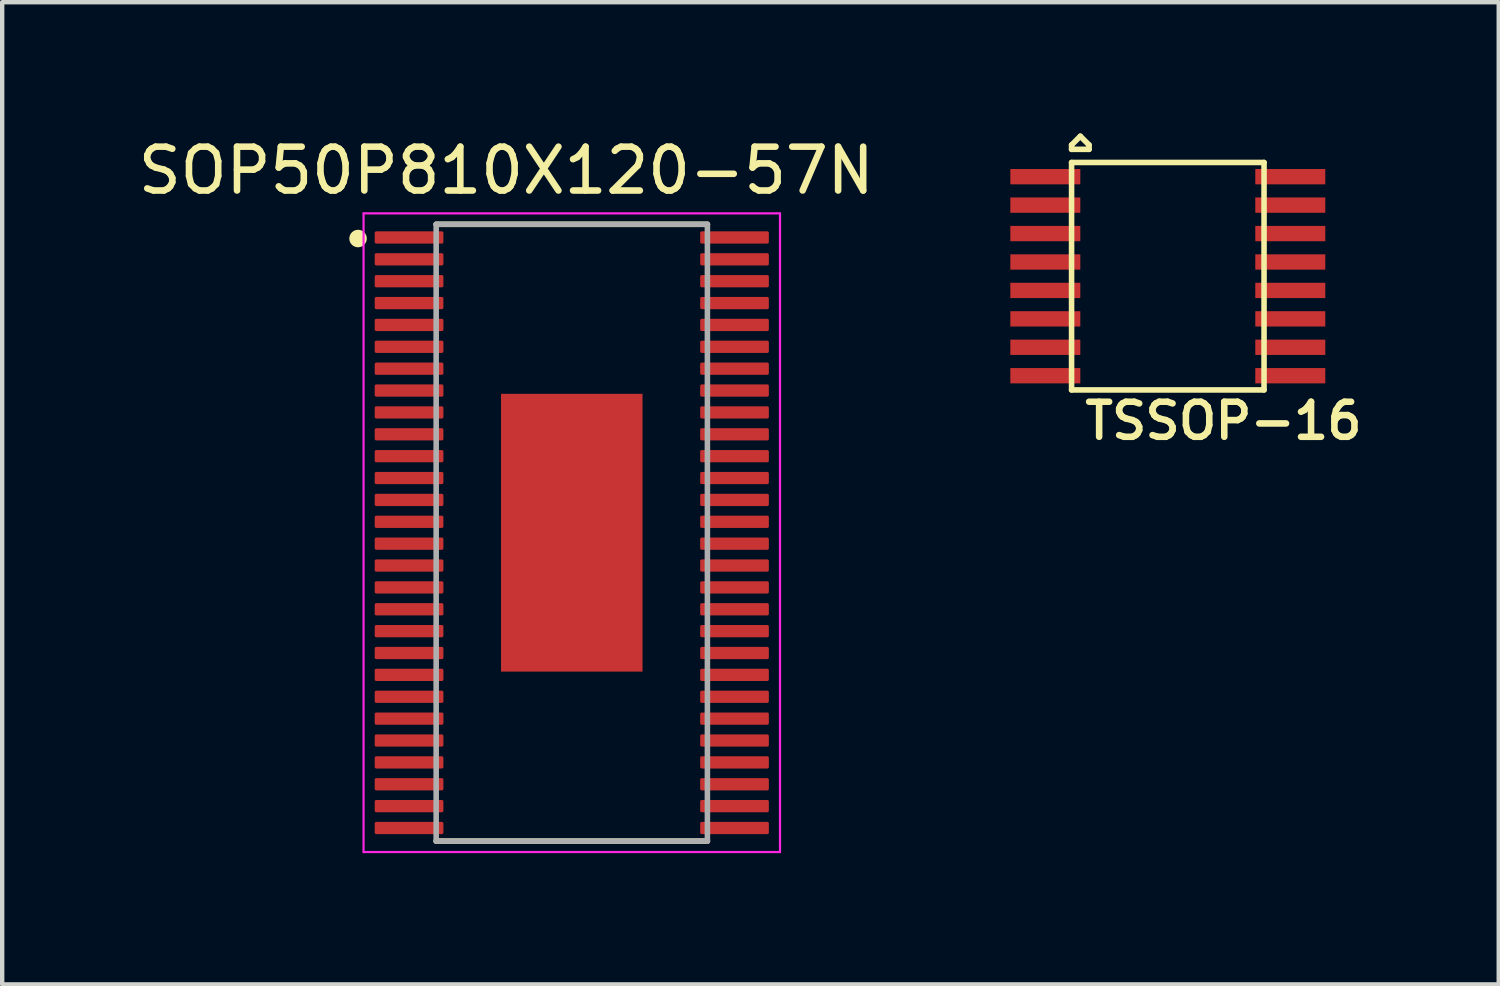
<source format=kicad_pcb>
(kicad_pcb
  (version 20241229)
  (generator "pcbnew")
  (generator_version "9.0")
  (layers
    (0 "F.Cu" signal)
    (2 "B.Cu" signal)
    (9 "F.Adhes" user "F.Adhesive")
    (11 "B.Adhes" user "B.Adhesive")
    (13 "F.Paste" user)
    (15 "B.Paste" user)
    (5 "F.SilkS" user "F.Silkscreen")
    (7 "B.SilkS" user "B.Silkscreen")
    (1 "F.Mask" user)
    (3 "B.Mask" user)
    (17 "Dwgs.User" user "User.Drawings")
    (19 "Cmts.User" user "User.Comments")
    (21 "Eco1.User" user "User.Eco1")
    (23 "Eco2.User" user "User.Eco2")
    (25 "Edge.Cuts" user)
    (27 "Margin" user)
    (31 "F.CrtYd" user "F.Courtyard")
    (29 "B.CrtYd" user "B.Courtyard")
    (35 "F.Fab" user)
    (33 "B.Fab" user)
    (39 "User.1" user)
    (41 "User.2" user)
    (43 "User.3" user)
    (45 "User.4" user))
  (footprint "SOP50P810X120-57N"
    (layer "F.Cu")
    (at 10.021 9.128)
    (property "Reference" "SOP50P810X120-57N" (at -1.498 -8.279 0) (layer "F.SilkS") (effects (font (size 1.002 1.002) (thickness 0.15))))
    (attr smd)
    (fp_line (start -3.1 -7.05) (end 3.1 -7.05) (stroke (width 0.127) (type solid)) (layer "F.SilkS"))
    (fp_line (start -3.1 7.05) (end 3.1 7.05) (stroke (width 0.127) (type solid)) (layer "F.SilkS"))
    (fp_circle (center -4.886 -6.725) (end -4.786 -6.725) (stroke (width 0.2) (type solid)) (fill no) (layer "F.SilkS"))
    (fp_poly (pts (xy -1.024 -2) (xy 1.023 -2) (xy 1.023 2.003) (xy -1.024 2.003)) (stroke (width 0.01) (type solid)) (fill yes) (layer "F.Paste"))
    (fp_line (start -4.76 -7.3) (end -4.76 7.3) (stroke (width 0.05) (type solid)) (layer "F.CrtYd"))
    (fp_line (start -4.76 -7.3) (end 4.76 -7.3) (stroke (width 0.05) (type solid)) (layer "F.CrtYd"))
    (fp_line (start -4.76 7.3) (end 4.76 7.3) (stroke (width 0.05) (type solid)) (layer "F.CrtYd"))
    (fp_line (start 4.76 -7.3) (end 4.76 7.3) (stroke (width 0.05) (type solid)) (layer "F.CrtYd"))
    (fp_line (start -3.1 -7.05) (end -3.1 7.05) (stroke (width 0.127) (type solid)) (layer "F.Fab"))
    (fp_line (start -3.1 -7.05) (end 3.1 -7.05) (stroke (width 0.127) (type solid)) (layer "F.Fab"))
    (fp_line (start -3.1 7.05) (end 3.1 7.05) (stroke (width 0.127) (type solid)) (layer "F.Fab"))
    (fp_line (start 3.1 -7.05) (end 3.1 7.05) (stroke (width 0.127) (type solid)) (layer "F.Fab"))
    (pad "1" smd roundrect (at -3.72 -6.75) (size 1.57 0.28) (layers "F.Cu" "F.Mask" "F.Paste") (roundrect_rratio 0.125))
    (pad "2" smd roundrect (at -3.72 -6.25) (size 1.57 0.28) (layers "F.Cu" "F.Mask" "F.Paste") (roundrect_rratio 0.125))
    (pad "3" smd roundrect (at -3.72 -5.75) (size 1.57 0.28) (layers "F.Cu" "F.Mask" "F.Paste") (roundrect_rratio 0.125))
    (pad "4" smd roundrect (at -3.72 -5.25) (size 1.57 0.28) (layers "F.Cu" "F.Mask" "F.Paste") (roundrect_rratio 0.125))
    (pad "5" smd roundrect (at -3.72 -4.75) (size 1.57 0.28) (layers "F.Cu" "F.Mask" "F.Paste") (roundrect_rratio 0.125))
    (pad "6" smd roundrect (at -3.72 -4.25) (size 1.57 0.28) (layers "F.Cu" "F.Mask" "F.Paste") (roundrect_rratio 0.125))
    (pad "7" smd roundrect (at -3.72 -3.75) (size 1.57 0.28) (layers "F.Cu" "F.Mask" "F.Paste") (roundrect_rratio 0.125))
    (pad "8" smd roundrect (at -3.72 -3.25) (size 1.57 0.28) (layers "F.Cu" "F.Mask" "F.Paste") (roundrect_rratio 0.125))
    (pad "9" smd roundrect (at -3.72 -2.75) (size 1.57 0.28) (layers "F.Cu" "F.Mask" "F.Paste") (roundrect_rratio 0.125))
    (pad "10" smd roundrect (at -3.72 -2.25) (size 1.57 0.28) (layers "F.Cu" "F.Mask" "F.Paste") (roundrect_rratio 0.125))
    (pad "11" smd roundrect (at -3.72 -1.75) (size 1.57 0.28) (layers "F.Cu" "F.Mask" "F.Paste") (roundrect_rratio 0.125))
    (pad "12" smd roundrect (at -3.72 -1.25) (size 1.57 0.28) (layers "F.Cu" "F.Mask" "F.Paste") (roundrect_rratio 0.125))
    (pad "13" smd roundrect (at -3.72 -0.75) (size 1.57 0.28) (layers "F.Cu" "F.Mask" "F.Paste") (roundrect_rratio 0.125))
    (pad "14" smd roundrect (at -3.72 -0.25) (size 1.57 0.28) (layers "F.Cu" "F.Mask" "F.Paste") (roundrect_rratio 0.125))
    (pad "15" smd roundrect (at -3.72 0.25) (size 1.57 0.28) (layers "F.Cu" "F.Mask" "F.Paste") (roundrect_rratio 0.125))
    (pad "16" smd roundrect (at -3.72 0.75) (size 1.57 0.28) (layers "F.Cu" "F.Mask" "F.Paste") (roundrect_rratio 0.125))
    (pad "17" smd roundrect (at -3.72 1.25) (size 1.57 0.28) (layers "F.Cu" "F.Mask" "F.Paste") (roundrect_rratio 0.125))
    (pad "18" smd roundrect (at -3.72 1.75) (size 1.57 0.28) (layers "F.Cu" "F.Mask" "F.Paste") (roundrect_rratio 0.125))
    (pad "19" smd roundrect (at -3.72 2.25) (size 1.57 0.28) (layers "F.Cu" "F.Mask" "F.Paste") (roundrect_rratio 0.125))
    (pad "20" smd roundrect (at -3.72 2.75) (size 1.57 0.28) (layers "F.Cu" "F.Mask" "F.Paste") (roundrect_rratio 0.125))
    (pad "21" smd roundrect (at -3.72 3.25) (size 1.57 0.28) (layers "F.Cu" "F.Mask" "F.Paste") (roundrect_rratio 0.125))
    (pad "22" smd roundrect (at -3.72 3.75) (size 1.57 0.28) (layers "F.Cu" "F.Mask" "F.Paste") (roundrect_rratio 0.125))
    (pad "23" smd roundrect (at -3.72 4.25) (size 1.57 0.28) (layers "F.Cu" "F.Mask" "F.Paste") (roundrect_rratio 0.125))
    (pad "24" smd roundrect (at -3.72 4.75) (size 1.57 0.28) (layers "F.Cu" "F.Mask" "F.Paste") (roundrect_rratio 0.125))
    (pad "25" smd roundrect (at -3.72 5.25) (size 1.57 0.28) (layers "F.Cu" "F.Mask" "F.Paste") (roundrect_rratio 0.125))
    (pad "26" smd roundrect (at -3.72 5.75) (size 1.57 0.28) (layers "F.Cu" "F.Mask" "F.Paste") (roundrect_rratio 0.125))
    (pad "27" smd roundrect (at -3.72 6.25) (size 1.57 0.28) (layers "F.Cu" "F.Mask" "F.Paste") (roundrect_rratio 0.125))
    (pad "28" smd roundrect (at -3.72 6.75) (size 1.57 0.28) (layers "F.Cu" "F.Mask" "F.Paste") (roundrect_rratio 0.125))
    (pad "29" smd roundrect (at 3.72 6.75) (size 1.57 0.28) (layers "F.Cu" "F.Mask" "F.Paste") (roundrect_rratio 0.125))
    (pad "30" smd roundrect (at 3.72 6.25) (size 1.57 0.28) (layers "F.Cu" "F.Mask" "F.Paste") (roundrect_rratio 0.125))
    (pad "31" smd roundrect (at 3.72 5.75) (size 1.57 0.28) (layers "F.Cu" "F.Mask" "F.Paste") (roundrect_rratio 0.125))
    (pad "32" smd roundrect (at 3.72 5.25) (size 1.57 0.28) (layers "F.Cu" "F.Mask" "F.Paste") (roundrect_rratio 0.125))
    (pad "33" smd roundrect (at 3.72 4.75) (size 1.57 0.28) (layers "F.Cu" "F.Mask" "F.Paste") (roundrect_rratio 0.125))
    (pad "34" smd roundrect (at 3.72 4.25) (size 1.57 0.28) (layers "F.Cu" "F.Mask" "F.Paste") (roundrect_rratio 0.125))
    (pad "35" smd roundrect (at 3.72 3.75) (size 1.57 0.28) (layers "F.Cu" "F.Mask" "F.Paste") (roundrect_rratio 0.125))
    (pad "36" smd roundrect (at 3.72 3.25) (size 1.57 0.28) (layers "F.Cu" "F.Mask" "F.Paste") (roundrect_rratio 0.125))
    (pad "37" smd roundrect (at 3.72 2.75) (size 1.57 0.28) (layers "F.Cu" "F.Mask" "F.Paste") (roundrect_rratio 0.125))
    (pad "38" smd roundrect (at 3.72 2.25) (size 1.57 0.28) (layers "F.Cu" "F.Mask" "F.Paste") (roundrect_rratio 0.125))
    (pad "39" smd roundrect (at 3.72 1.75) (size 1.57 0.28) (layers "F.Cu" "F.Mask" "F.Paste") (roundrect_rratio 0.125))
    (pad "40" smd roundrect (at 3.72 1.25) (size 1.57 0.28) (layers "F.Cu" "F.Mask" "F.Paste") (roundrect_rratio 0.125))
    (pad "41" smd roundrect (at 3.72 0.75) (size 1.57 0.28) (layers "F.Cu" "F.Mask" "F.Paste") (roundrect_rratio 0.125))
    (pad "42" smd roundrect (at 3.72 0.25) (size 1.57 0.28) (layers "F.Cu" "F.Mask" "F.Paste") (roundrect_rratio 0.125))
    (pad "43" smd roundrect (at 3.72 -0.25) (size 1.57 0.28) (layers "F.Cu" "F.Mask" "F.Paste") (roundrect_rratio 0.125))
    (pad "44" smd roundrect (at 3.72 -0.75) (size 1.57 0.28) (layers "F.Cu" "F.Mask" "F.Paste") (roundrect_rratio 0.125))
    (pad "45" smd roundrect (at 3.72 -1.25) (size 1.57 0.28) (layers "F.Cu" "F.Mask" "F.Paste") (roundrect_rratio 0.125))
    (pad "46" smd roundrect (at 3.72 -1.75) (size 1.57 0.28) (layers "F.Cu" "F.Mask" "F.Paste") (roundrect_rratio 0.125))
    (pad "47" smd roundrect (at 3.72 -2.25) (size 1.57 0.28) (layers "F.Cu" "F.Mask" "F.Paste") (roundrect_rratio 0.125))
    (pad "48" smd roundrect (at 3.72 -2.75) (size 1.57 0.28) (layers "F.Cu" "F.Mask" "F.Paste") (roundrect_rratio 0.125))
    (pad "49" smd roundrect (at 3.72 -3.25) (size 1.57 0.28) (layers "F.Cu" "F.Mask" "F.Paste") (roundrect_rratio 0.125))
    (pad "50" smd roundrect (at 3.72 -3.75) (size 1.57 0.28) (layers "F.Cu" "F.Mask" "F.Paste") (roundrect_rratio 0.125))
    (pad "51" smd roundrect (at 3.72 -4.25) (size 1.57 0.28) (layers "F.Cu" "F.Mask" "F.Paste") (roundrect_rratio 0.125))
    (pad "52" smd roundrect (at 3.72 -4.75) (size 1.57 0.28) (layers "F.Cu" "F.Mask" "F.Paste") (roundrect_rratio 0.125))
    (pad "53" smd roundrect (at 3.72 -5.25) (size 1.57 0.28) (layers "F.Cu" "F.Mask" "F.Paste") (roundrect_rratio 0.125))
    (pad "54" smd roundrect (at 3.72 -5.75) (size 1.57 0.28) (layers "F.Cu" "F.Mask" "F.Paste") (roundrect_rratio 0.125))
    (pad "55" smd roundrect (at 3.72 -6.25) (size 1.57 0.28) (layers "F.Cu" "F.Mask" "F.Paste") (roundrect_rratio 0.125))
    (pad "56" smd roundrect (at 3.72 -6.75) (size 1.57 0.28) (layers "F.Cu" "F.Mask" "F.Paste") (roundrect_rratio 0.125))
    (pad "57" smd rect (at 0 0) (size 3.235 6.35) (layers "F.Cu" "F.Mask")))
  (footprint "TSSOP-16"
    (layer "F.Cu")
    (at 23.646 3.264)
    (property "Reference" "TSSOP-16" (at 1.272 3.308 0) (layer "F.SilkS") (effects (font (size 0.801 0.801) (thickness 0.15))))
    (attr smd)
    (fp_line (start -2.2 -3) (end -2 -3.2) (stroke (width 0.127) (type solid)) (layer "F.SilkS"))
    (fp_line (start -2.2 -2.9) (end -2.2 -3) (stroke (width 0.127) (type solid)) (layer "F.SilkS"))
    (fp_line (start -2.2 -2.9) (end -1.8 -2.9) (stroke (width 0.127) (type solid)) (layer "F.SilkS"))
    (fp_line (start -2.2 -2.6) (end -2.2 2.6) (stroke (width 0.127) (type solid)) (layer "F.SilkS"))
    (fp_line (start -2.2 2.6) (end 2.2 2.6) (stroke (width 0.127) (type solid)) (layer "F.SilkS"))
    (fp_line (start -2 -3.2) (end -1.8 -3) (stroke (width 0.127) (type solid)) (layer "F.SilkS"))
    (fp_line (start -1.8 -3) (end -1.8 -2.9) (stroke (width 0.127) (type solid)) (layer "F.SilkS"))
    (fp_line (start 2.2 -2.6) (end -2.2 -2.6) (stroke (width 0.127) (type solid)) (layer "F.SilkS"))
    (fp_line (start 2.2 2.6) (end 2.2 -2.6) (stroke (width 0.127) (type solid)) (layer "F.SilkS"))
    (pad "P$1" smd rect (at -2.8 -2.275) (size 1.6 0.35) (layers "F.Cu" "F.Mask" "F.Paste"))
    (pad "P$2" smd rect (at -2.8 -1.625) (size 1.6 0.35) (layers "F.Cu" "F.Mask" "F.Paste"))
    (pad "P$3" smd rect (at -2.8 -0.975) (size 1.6 0.35) (layers "F.Cu" "F.Mask" "F.Paste"))
    (pad "P$4" smd rect (at -2.8 -0.325) (size 1.6 0.35) (layers "F.Cu" "F.Mask" "F.Paste"))
    (pad "P$5" smd rect (at -2.8 0.325) (size 1.6 0.35) (layers "F.Cu" "F.Mask" "F.Paste"))
    (pad "P$6" smd rect (at -2.8 0.975) (size 1.6 0.35) (layers "F.Cu" "F.Mask" "F.Paste"))
    (pad "P$7" smd rect (at -2.8 1.625) (size 1.6 0.35) (layers "F.Cu" "F.Mask" "F.Paste"))
    (pad "P$8" smd rect (at -2.8 2.275) (size 1.6 0.35) (layers "F.Cu" "F.Mask" "F.Paste"))
    (pad "P$9" smd rect (at 2.8 2.275) (size 1.6 0.35) (layers "F.Cu" "F.Mask" "F.Paste"))
    (pad "P$10" smd rect (at 2.8 1.625) (size 1.6 0.35) (layers "F.Cu" "F.Mask" "F.Paste"))
    (pad "P$11" smd rect (at 2.8 0.975) (size 1.6 0.35) (layers "F.Cu" "F.Mask" "F.Paste"))
    (pad "P$12" smd rect (at 2.8 0.325) (size 1.6 0.35) (layers "F.Cu" "F.Mask" "F.Paste"))
    (pad "P$13" smd rect (at 2.8 -0.325) (size 1.6 0.35) (layers "F.Cu" "F.Mask" "F.Paste"))
    (pad "P$14" smd rect (at 2.8 -0.975) (size 1.6 0.35) (layers "F.Cu" "F.Mask" "F.Paste"))
    (pad "P$15" smd rect (at 2.8 -1.625) (size 1.6 0.35) (layers "F.Cu" "F.Mask" "F.Paste"))
    (pad "P$16" smd rect (at 2.8 -2.275) (size 1.6 0.35) (layers "F.Cu" "F.Mask" "F.Paste")))
  (gr_rect
    (start -3 -3)
    (end 31.211 19.453)
    (stroke (width 0.1) (type default))
    (fill no)
    (layer "Edge.Cuts")))
</source>
